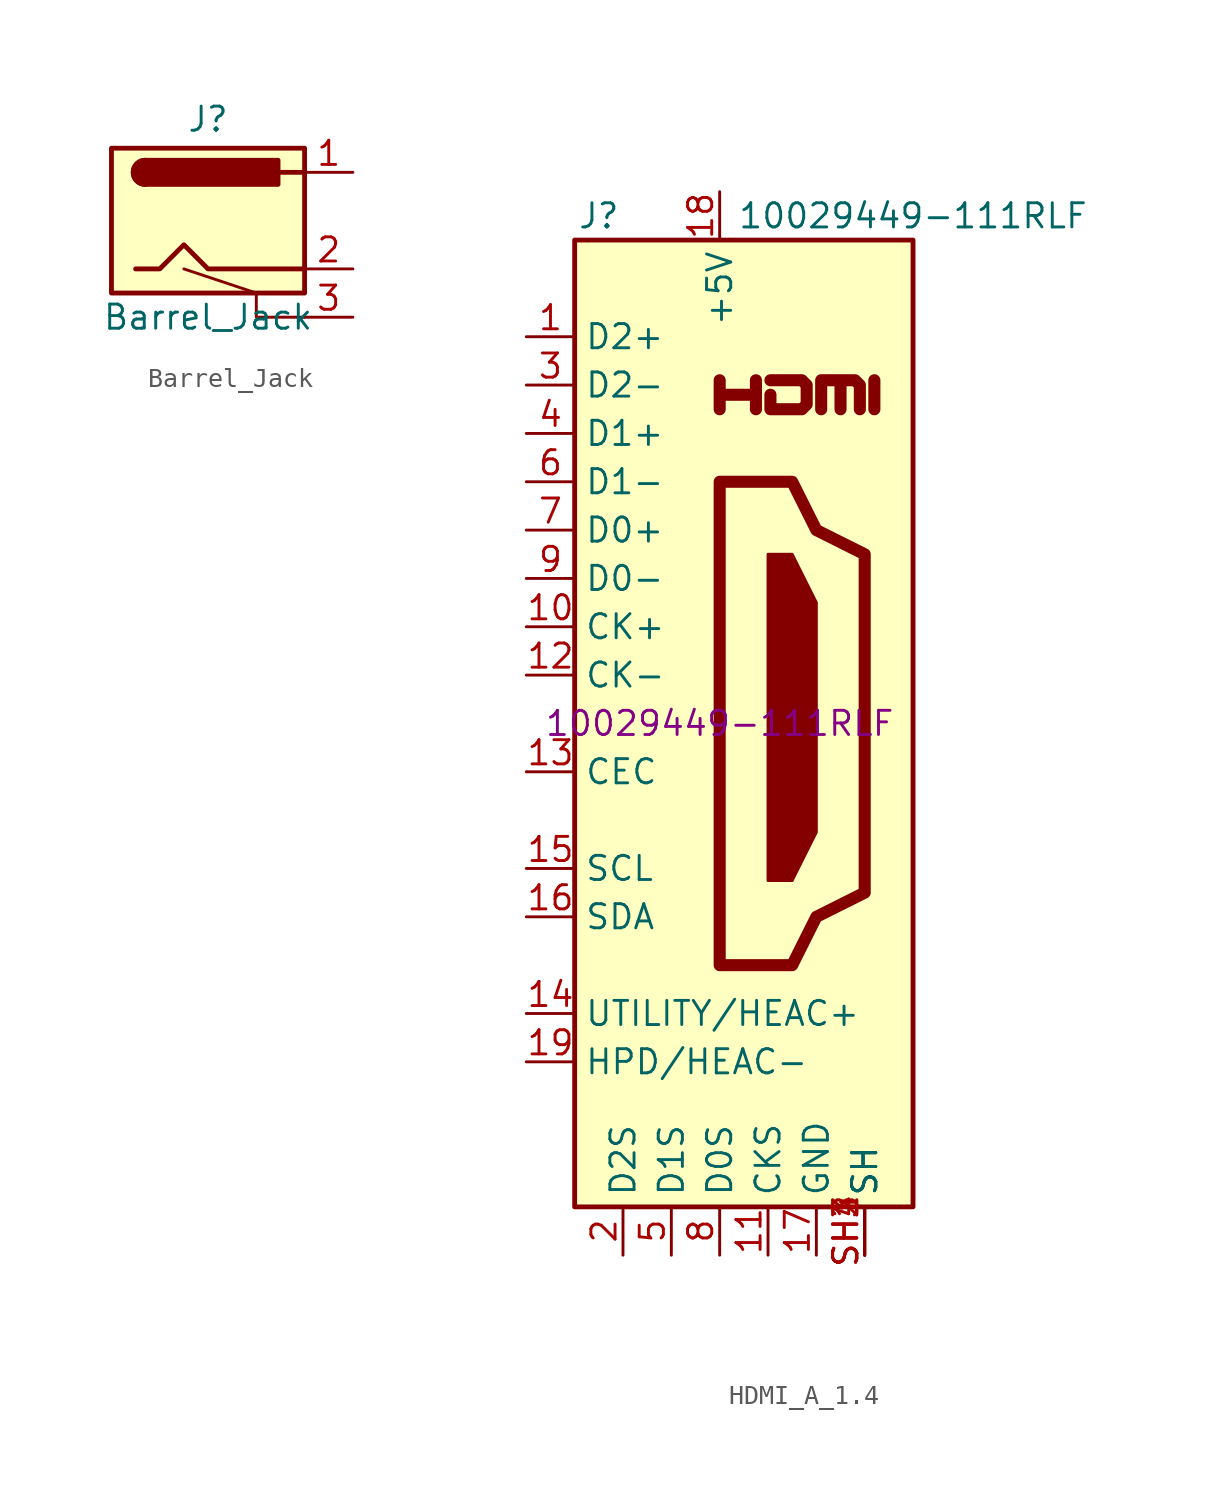
<source format=kicad_sym>
(kicad_symbol_lib
  (version 20220914)
  (generator kicad_symbol_editor)
  (symbol "Barrel_Jack"
    (property "Reference" "J"
      (at 0 5.334 0)
      (effects (font (size 1.27 1.27))))
    (property "Value" "Barrel_Jack"
      (at 0 -5.08 0)
      (effects (font (size 1.27 1.27))))
    (symbol "Barrel_Jack_0_1"
      (rectangle (start -5.08 3.81) (end 5.08 -3.81) (stroke (width 0.254) (type default)) (fill (type background)))
      (arc (start -3.302 3.175) (mid -3.9343 2.54) (end -3.302 1.905) (stroke (width 0.254) (type default)) (fill (type none)))
      (arc (start -3.302 3.175) (mid -3.9343 2.54) (end -3.302 1.905) (stroke (width 0.254) (type default)) (fill (type outline)))
      (polyline (pts (xy 5.08 2.54) (xy 3.81 2.54)) (stroke (width 0.254) (type default)) (fill (type none)))
      (polyline (pts (xy 5.08 -5.08) (xy 2.54 -5.08) (xy 2.54 -3.81) (xy -1.27 -2.54)) (stroke (width 0) (type default)) (fill (type none)))
      (polyline (pts (xy -3.81 -2.54) (xy -2.54 -2.54) (xy -1.27 -1.27) (xy 0 -2.54) (xy 2.54 -2.54) (xy 5.08 -2.54)) (stroke (width 0.254) (type default)) (fill (type none)))
      (rectangle (start 3.683 3.175) (end -3.302 1.905) (stroke (width 0.254) (type default)) (fill (type outline))))
    (symbol "Barrel_Jack_1_1"
      (pin passive line (at 7.62 2.54 180) (length 2.54) (name "~" (effects (font (size 1.27 1.27)))) (number "1" (effects (font (size 1.27 1.27)))))
      (pin passive line (at 7.62 -2.54 180) (length 2.54) (name "~" (effects (font (size 1.27 1.27)))) (number "2" (effects (font (size 1.27 1.27)))))
      (pin passive line (at 7.62 -5.08 180) (length 2.54) (name "~" (effects (font (size 1.27 1.27)))) (number "3" (effects (font (size 1.27 1.27)))))))
  (symbol "HDMI_A_1.4"
    (property "Reference" "J"
      (at -6.35 26.67 0)
      (effects (font (size 1.27 1.27))))
    (property "Value" "10029449-111RLF"
      (at 10.16 26.67 0)
      (effects (font (size 1.27 1.27))))
    (property "Part Number" "10029449-111RLF"
      (at 0 0 0)
      (effects (font (size 1.27 1.27))))
    (symbol "HDMI_A_1.4_0_0"
      (polyline (pts (xy 8.128 16.51) (xy 8.128 18.034)) (stroke (width 0.635) (type default)) (fill (type none)))
      (polyline (pts (xy 0 16.51) (xy 0 18.034) (xy 0 17.272) (xy 1.905 17.272) (xy 1.905 18.034) (xy 1.905 16.51)) (stroke (width 0.635) (type default)) (fill (type none)))
      (polyline (pts (xy 2.667 18.034) (xy 4.318 18.034) (xy 4.572 17.78) (xy 4.572 16.764) (xy 4.318 16.51) (xy 2.667 16.51) (xy 2.667 17.272)) (stroke (width 0.635) (type default)) (fill (type none)))
      (pin passive line (at 7.62 -27.94 90) (length 2.54) (name "SH" (effects (font (size 1.27 1.27)))) (number "SH2" (effects (font (size 1.27 1.27)))))
      (pin passive line (at 7.62 -27.94 90) (length 2.54) (name "SH" (effects (font (size 1.27 1.27)))) (number "SH3" (effects (font (size 1.27 1.27)))))
      (pin passive line (at 7.62 -27.94 90) (length 2.54) (name "SH" (effects (font (size 1.27 1.27)))) (number "SH4" (effects (font (size 1.27 1.27))))))
    (symbol "HDMI_A_1.4_0_1"
      (rectangle (start -7.62 25.4) (end 10.16 -25.4) (stroke (width 0.254) (type default)) (fill (type background)))
      (polyline (pts (xy 2.54 8.89) (xy 3.81 8.89) (xy 5.08 6.35) (xy 5.08 -5.715) (xy 3.81 -8.255) (xy 2.54 -8.255) (xy 2.54 8.89)) (stroke (width 0) (type default)) (fill (type outline)))
      (polyline (pts (xy 5.334 16.51) (xy 5.334 18.034) (xy 6.35 18.034) (xy 6.35 16.51) (xy 6.35 18.034) (xy 7.112 18.034) (xy 7.366 17.78) (xy 7.366 16.51)) (stroke (width 0.635) (type default)) (fill (type none)))
      (polyline (pts (xy 0 12.7) (xy 0 -12.7) (xy 3.81 -12.7) (xy 5.08 -10.16) (xy 7.62 -8.89) (xy 7.62 8.89) (xy 5.08 10.16) (xy 3.81 12.7) (xy 0 12.7)) (stroke (width 0.635) (type default)) (fill (type none))))
    (symbol "HDMI_A_1.4_1_1"
      (pin passive line (at -10.16 20.32 0) (length 2.54) (name "D2+" (effects (font (size 1.27 1.27)))) (number "1" (effects (font (size 1.27 1.27)))))
      (pin passive line (at -10.16 5.08 0) (length 2.54) (name "CK+" (effects (font (size 1.27 1.27)))) (number "10" (effects (font (size 1.27 1.27)))))
      (pin power_in line (at 2.54 -27.94 90) (length 2.54) (name "CKS" (effects (font (size 1.27 1.27)))) (number "11" (effects (font (size 1.27 1.27)))))
      (pin passive line (at -10.16 2.54 0) (length 2.54) (name "CK-" (effects (font (size 1.27 1.27)))) (number "12" (effects (font (size 1.27 1.27)))))
      (pin bidirectional line (at -10.16 -2.54 0) (length 2.54) (name "CEC" (effects (font (size 1.27 1.27)))) (number "13" (effects (font (size 1.27 1.27)))))
      (pin passive line (at -10.16 -15.24 0) (length 2.54) (name "UTILITY/HEAC+" (effects (font (size 1.27 1.27)))) (number "14" (effects (font (size 1.27 1.27)))))
      (pin passive line (at -10.16 -7.62 0) (length 2.54) (name "SCL" (effects (font (size 1.27 1.27)))) (number "15" (effects (font (size 1.27 1.27)))))
      (pin bidirectional line (at -10.16 -10.16 0) (length 2.54) (name "SDA" (effects (font (size 1.27 1.27)))) (number "16" (effects (font (size 1.27 1.27)))))
      (pin power_in line (at 5.08 -27.94 90) (length 2.54) (name "GND" (effects (font (size 1.27 1.27)))) (number "17" (effects (font (size 1.27 1.27)))))
      (pin power_in line (at 0 27.94 270) (length 2.54) (name "+5V" (effects (font (size 1.27 1.27)))) (number "18" (effects (font (size 1.27 1.27)))))
      (pin passive line (at -10.16 -17.78 0) (length 2.54) (name "HPD/HEAC-" (effects (font (size 1.27 1.27)))) (number "19" (effects (font (size 1.27 1.27)))))
      (pin power_in line (at -5.08 -27.94 90) (length 2.54) (name "D2S" (effects (font (size 1.27 1.27)))) (number "2" (effects (font (size 1.27 1.27)))))
      (pin passive line (at -10.16 17.78 0) (length 2.54) (name "D2-" (effects (font (size 1.27 1.27)))) (number "3" (effects (font (size 1.27 1.27)))))
      (pin passive line (at -10.16 15.24 0) (length 2.54) (name "D1+" (effects (font (size 1.27 1.27)))) (number "4" (effects (font (size 1.27 1.27)))))
      (pin power_in line (at -2.54 -27.94 90) (length 2.54) (name "D1S" (effects (font (size 1.27 1.27)))) (number "5" (effects (font (size 1.27 1.27)))))
      (pin passive line (at -10.16 12.7 0) (length 2.54) (name "D1-" (effects (font (size 1.27 1.27)))) (number "6" (effects (font (size 1.27 1.27)))))
      (pin passive line (at -10.16 10.16 0) (length 2.54) (name "D0+" (effects (font (size 1.27 1.27)))) (number "7" (effects (font (size 1.27 1.27)))))
      (pin power_in line (at 0 -27.94 90) (length 2.54) (name "D0S" (effects (font (size 1.27 1.27)))) (number "8" (effects (font (size 1.27 1.27)))))
      (pin passive line (at -10.16 7.62 0) (length 2.54) (name "D0-" (effects (font (size 1.27 1.27)))) (number "9" (effects (font (size 1.27 1.27)))))
      (pin passive line (at 7.62 -27.94 90) (length 2.54) (name "SH" (effects (font (size 1.27 1.27)))) (number "SH1" (effects (font (size 1.27 1.27))))))))
</source>
